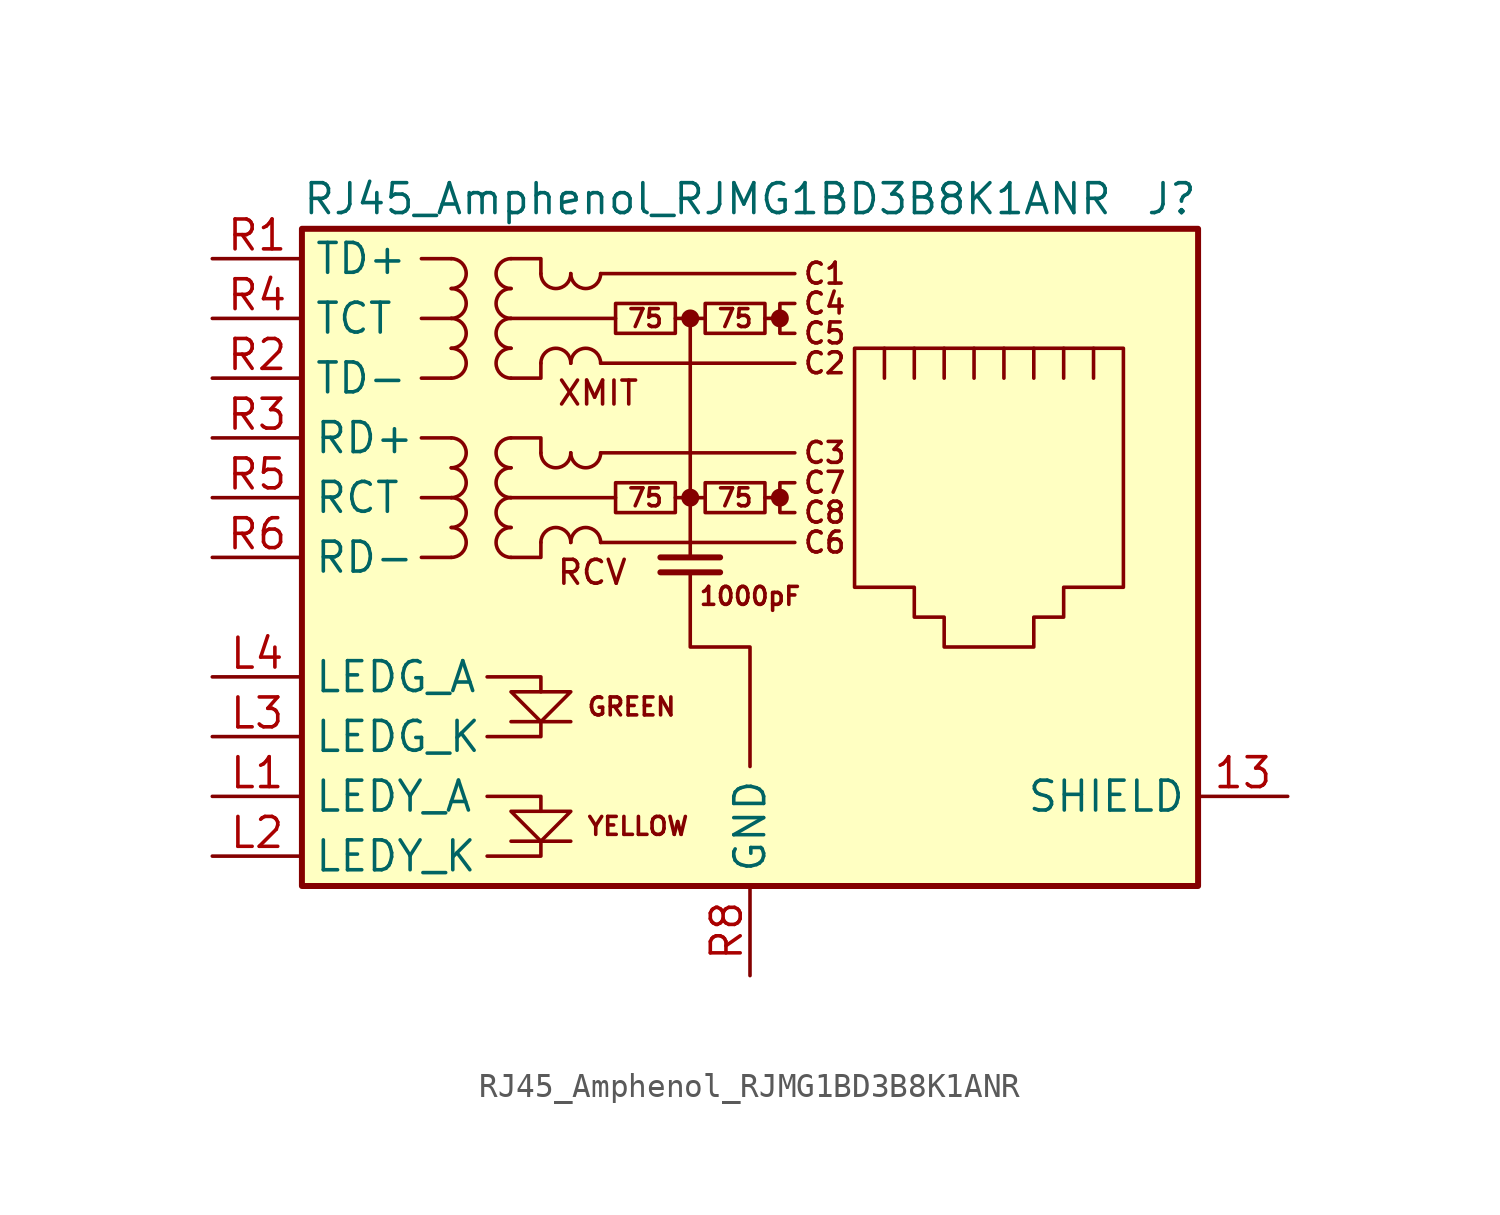
<source format=kicad_sym>
(kicad_symbol_lib
  (version 20211014)
  (generator kicad_symbol_editor)
  (symbol "RJ45_Amphenol_RJMG1BD3B8K1ANR"
    (property "Reference" "J"
      (at 19.05 15.24 0)
      (effects (font (size 1.27 1.27)) (justify right)))
    (property "Value" "RJ45_Amphenol_RJMG1BD3B8K1ANR"
      (at -19.05 15.24 0)
      (effects (font (size 1.27 1.27)) (justify left)))
    (symbol "RJ45_Amphenol_RJMG1BD3B8K1ANR_0_0"
      (circle (center -2.54 2.54) (radius 0.254) (stroke (width 0.254) (type default) (color 0 0 0 0)) (fill (type outline)))
      (circle (center -2.54 10.16) (radius 0.254) (stroke (width 0.254) (type default) (color 0 0 0 0)) (fill (type outline)))
      (polyline (pts (xy -7.62 -12.065) (xy -10.16 -12.065)) (stroke (width 0) (type default) (color 0 0 0 0)) (fill (type none)))
      (polyline (pts (xy -7.62 -6.985) (xy -10.16 -6.985)) (stroke (width 0) (type default) (color 0 0 0 0)) (fill (type none)))
      (polyline (pts (xy -2.54 10.16) (xy -2.54 0)) (stroke (width 0) (type default) (color 0 0 0 0)) (fill (type none)))
      (polyline (pts (xy -1.27 -0.635) (xy -3.81 -0.635)) (stroke (width 0.254) (type default) (color 0 0 0 0)) (fill (type none)))
      (polyline (pts (xy -1.27 0) (xy -3.81 0)) (stroke (width 0.254) (type default) (color 0 0 0 0)) (fill (type none)))
      (polyline (pts (xy 1.27 2.54) (xy 0.635 2.54)) (stroke (width 0) (type default) (color 0 0 0 0)) (fill (type none)))
      (polyline (pts (xy 1.27 10.16) (xy 0.635 10.16)) (stroke (width 0) (type default) (color 0 0 0 0)) (fill (type none)))
      (polyline (pts (xy -11.176 -12.7) (xy -8.89 -12.7) (xy -8.89 -12.065)) (stroke (width 0) (type default) (color 0 0 0 0)) (fill (type none)))
      (polyline (pts (xy -11.176 -10.16) (xy -8.89 -10.16) (xy -8.89 -10.795)) (stroke (width 0) (type default) (color 0 0 0 0)) (fill (type none)))
      (polyline (pts (xy -11.176 -5.08) (xy -8.89 -5.08) (xy -8.89 -5.715)) (stroke (width 0) (type default) (color 0 0 0 0)) (fill (type none)))
      (polyline (pts (xy -8.89 -6.985) (xy -8.89 -7.62) (xy -11.176 -7.62)) (stroke (width 0) (type default) (color 0 0 0 0)) (fill (type none)))
      (polyline (pts (xy -10.16 -5.715) (xy -7.62 -5.715) (xy -8.89 -6.985) (xy -10.16 -5.715)) (stroke (width 0) (type default) (color 0 0 0 0)) (fill (type none)))
      (polyline (pts (xy -7.62 -10.795) (xy -10.16 -10.795) (xy -8.89 -12.065) (xy -7.62 -10.795)) (stroke (width 0) (type default) (color 0 0 0 0)) (fill (type none)))
      (polyline (pts (xy -2.54 -0.635) (xy -2.54 -3.81) (xy 0 -3.81) (xy 0 -8.89)) (stroke (width 0) (type default) (color 0 0 0 0)) (fill (type none)))
      (polyline (pts (xy 1.905 3.175) (xy 1.27 3.175) (xy 1.27 1.905) (xy 1.905 1.905)) (stroke (width 0) (type default) (color 0 0 0 0)) (fill (type none)))
      (polyline (pts (xy 1.905 10.795) (xy 1.27 10.795) (xy 1.27 9.525) (xy 1.905 9.525)) (stroke (width 0) (type default) (color 0 0 0 0)) (fill (type none)))
      (circle (center 1.27 2.54) (radius 0.254) (stroke (width 0.254) (type default) (color 0 0 0 0)) (fill (type outline)))
      (circle (center 1.27 10.16) (radius 0.254) (stroke (width 0.254) (type default) (color 0 0 0 0)) (fill (type outline)))
      (text "1000pF" (at 0 -1.651 0) (effects (font (size 0.762 0.762))))
      (text "75" (at -4.445 2.54 0) (effects (font (size 0.762 0.762))))
      (text "75" (at -4.445 10.16 0) (effects (font (size 0.762 0.762))))
      (text "75" (at -0.635 2.54 0) (effects (font (size 0.762 0.762))))
      (text "75" (at -0.635 10.16 0) (effects (font (size 0.762 0.762))))
      (text "C1" (at 3.175 12.065 0) (effects (font (size 0.889 0.889))))
      (text "C2" (at 3.175 8.255 0) (effects (font (size 0.889 0.889))))
      (text "C3" (at 3.175 4.445 0) (effects (font (size 0.889 0.889))))
      (text "C4" (at 3.175 10.795 0) (effects (font (size 0.889 0.889))))
      (text "C5" (at 3.175 9.525 0) (effects (font (size 0.889 0.889))))
      (text "C6" (at 3.175 0.635 0) (effects (font (size 0.889 0.889))))
      (text "C7" (at 3.175 3.175 0) (effects (font (size 0.889 0.889))))
      (text "C8" (at 3.175 1.905 0) (effects (font (size 0.889 0.889))))
      (text "GREEN" (at -6.985 -6.35 0) (effects (font (size 0.762 0.762)) (justify left)))
      (text "RCV" (at -8.255 -0.635 0) (effects (font (size 1.016 1.016)) (justify left)))
      (text "XMIT" (at -8.255 6.985 0) (effects (font (size 1.016 1.016)) (justify left)))
      (text "YELLOW" (at -6.985 -11.43 0) (effects (font (size 0.762 0.762)) (justify left))))
    (symbol "RJ45_Amphenol_RJMG1BD3B8K1ANR_0_1"
      (rectangle (start -19.05 -13.97) (end 19.05 13.97) (stroke (width 0.254) (type default) (color 0 0 0 0)) (fill (type background)))
      (arc (start -12.7 0) (mid -12.065 0.635) (end -12.7 1.27) (stroke (width 0) (type default) (color 0 0 0 0)) (fill (type none)))
      (arc (start -12.7 1.27) (mid -12.065 1.905) (end -12.7 2.54) (stroke (width 0) (type default) (color 0 0 0 0)) (fill (type none)))
      (arc (start -12.7 2.54) (mid -12.065 3.175) (end -12.7 3.81) (stroke (width 0) (type default) (color 0 0 0 0)) (fill (type none)))
      (arc (start -12.7 3.81) (mid -12.065 4.445) (end -12.7 5.08) (stroke (width 0) (type default) (color 0 0 0 0)) (fill (type none)))
      (arc (start -12.7 7.62) (mid -12.065 8.255) (end -12.7 8.89) (stroke (width 0) (type default) (color 0 0 0 0)) (fill (type none)))
      (arc (start -12.7 8.89) (mid -12.065 9.525) (end -12.7 10.16) (stroke (width 0) (type default) (color 0 0 0 0)) (fill (type none)))
      (arc (start -12.7 10.16) (mid -12.065 10.795) (end -12.7 11.43) (stroke (width 0) (type default) (color 0 0 0 0)) (fill (type none)))
      (arc (start -12.7 11.43) (mid -12.065 12.065) (end -12.7 12.7) (stroke (width 0) (type default) (color 0 0 0 0)) (fill (type none)))
      (arc (start -10.16 1.27) (mid -10.795 0.635) (end -10.16 0) (stroke (width 0) (type default) (color 0 0 0 0)) (fill (type none)))
      (arc (start -10.16 2.54) (mid -10.795 1.905) (end -10.16 1.27) (stroke (width 0) (type default) (color 0 0 0 0)) (fill (type none)))
      (arc (start -10.16 3.81) (mid -10.795 3.175) (end -10.16 2.54) (stroke (width 0) (type default) (color 0 0 0 0)) (fill (type none)))
      (arc (start -10.16 5.08) (mid -10.795 4.445) (end -10.16 3.81) (stroke (width 0) (type default) (color 0 0 0 0)) (fill (type none)))
      (arc (start -10.16 8.89) (mid -10.795 8.255) (end -10.16 7.62) (stroke (width 0) (type default) (color 0 0 0 0)) (fill (type none)))
      (arc (start -10.16 10.16) (mid -10.795 9.525) (end -10.16 8.89) (stroke (width 0) (type default) (color 0 0 0 0)) (fill (type none)))
      (arc (start -10.16 11.43) (mid -10.795 10.795) (end -10.16 10.16) (stroke (width 0) (type default) (color 0 0 0 0)) (fill (type none)))
      (arc (start -10.16 12.7) (mid -10.795 12.065) (end -10.16 11.43) (stroke (width 0) (type default) (color 0 0 0 0)) (fill (type none)))
      (arc (start -8.89 4.445) (mid -8.255 3.81) (end -7.62 4.445) (stroke (width 0) (type default) (color 0 0 0 0)) (fill (type none)))
      (arc (start -8.89 12.065) (mid -8.255 11.43) (end -7.62 12.065) (stroke (width 0) (type default) (color 0 0 0 0)) (fill (type none)))
      (arc (start -7.62 0.635) (mid -8.255 1.27) (end -8.89 0.635) (stroke (width 0) (type default) (color 0 0 0 0)) (fill (type none)))
      (arc (start -7.62 4.445) (mid -6.985 3.81) (end -6.35 4.445) (stroke (width 0) (type default) (color 0 0 0 0)) (fill (type none)))
      (arc (start -7.62 8.255) (mid -8.255 8.89) (end -8.89 8.255) (stroke (width 0) (type default) (color 0 0 0 0)) (fill (type none)))
      (arc (start -7.62 12.065) (mid -6.985 11.43) (end -6.35 12.065) (stroke (width 0) (type default) (color 0 0 0 0)) (fill (type none)))
      (arc (start -6.35 0.635) (mid -6.985 1.27) (end -7.62 0.635) (stroke (width 0) (type default) (color 0 0 0 0)) (fill (type none)))
      (arc (start -6.35 8.255) (mid -6.985 8.89) (end -7.62 8.255) (stroke (width 0) (type default) (color 0 0 0 0)) (fill (type none)))
      (rectangle (start -5.715 3.175) (end -3.175 1.905) (stroke (width 0) (type default) (color 0 0 0 0)) (fill (type none)))
      (rectangle (start -5.715 10.795) (end -3.175 9.525) (stroke (width 0) (type default) (color 0 0 0 0)) (fill (type none)))
      (rectangle (start -1.905 3.175) (end 0.635 1.905) (stroke (width 0) (type default) (color 0 0 0 0)) (fill (type none)))
      (rectangle (start -1.905 10.795) (end 0.635 9.525) (stroke (width 0) (type default) (color 0 0 0 0)) (fill (type none)))
      (polyline (pts (xy -12.7 0) (xy -13.97 0)) (stroke (width 0) (type default) (color 0 0 0 0)) (fill (type none)))
      (polyline (pts (xy -12.7 2.54) (xy -13.97 2.54)) (stroke (width 0) (type default) (color 0 0 0 0)) (fill (type none)))
      (polyline (pts (xy -12.7 5.08) (xy -13.97 5.08)) (stroke (width 0) (type default) (color 0 0 0 0)) (fill (type none)))
      (polyline (pts (xy -12.7 7.62) (xy -13.97 7.62)) (stroke (width 0) (type default) (color 0 0 0 0)) (fill (type none)))
      (polyline (pts (xy -12.7 10.16) (xy -13.97 10.16)) (stroke (width 0) (type default) (color 0 0 0 0)) (fill (type none)))
      (polyline (pts (xy -12.7 12.7) (xy -13.97 12.7)) (stroke (width 0) (type default) (color 0 0 0 0)) (fill (type none)))
      (polyline (pts (xy -6.35 0.635) (xy 1.905 0.635)) (stroke (width 0) (type default) (color 0 0 0 0)) (fill (type none)))
      (polyline (pts (xy -6.35 4.445) (xy 1.905 4.445)) (stroke (width 0) (type default) (color 0 0 0 0)) (fill (type none)))
      (polyline (pts (xy -6.35 8.255) (xy 1.905 8.255)) (stroke (width 0) (type default) (color 0 0 0 0)) (fill (type none)))
      (polyline (pts (xy -6.35 12.065) (xy 1.905 12.065)) (stroke (width 0) (type default) (color 0 0 0 0)) (fill (type none)))
      (polyline (pts (xy -5.715 2.54) (xy -10.16 2.54)) (stroke (width 0) (type default) (color 0 0 0 0)) (fill (type none)))
      (polyline (pts (xy -5.715 10.16) (xy -10.16 10.16)) (stroke (width 0) (type default) (color 0 0 0 0)) (fill (type none)))
      (polyline (pts (xy -3.175 2.54) (xy -1.905 2.54)) (stroke (width 0) (type default) (color 0 0 0 0)) (fill (type none)))
      (polyline (pts (xy -3.175 10.16) (xy -1.905 10.16)) (stroke (width 0) (type default) (color 0 0 0 0)) (fill (type none)))
      (polyline (pts (xy 5.715 7.62) (xy 5.715 8.89)) (stroke (width 0) (type default) (color 0 0 0 0)) (fill (type none)))
      (polyline (pts (xy 6.985 8.89) (xy 6.985 7.62)) (stroke (width 0) (type default) (color 0 0 0 0)) (fill (type none)))
      (polyline (pts (xy 8.255 8.89) (xy 8.255 7.62)) (stroke (width 0) (type default) (color 0 0 0 0)) (fill (type none)))
      (polyline (pts (xy 9.525 8.89) (xy 9.525 7.62)) (stroke (width 0) (type default) (color 0 0 0 0)) (fill (type none)))
      (polyline (pts (xy 10.795 8.89) (xy 10.795 7.62)) (stroke (width 0) (type default) (color 0 0 0 0)) (fill (type none)))
      (polyline (pts (xy 12.065 8.89) (xy 12.065 7.62)) (stroke (width 0) (type default) (color 0 0 0 0)) (fill (type none)))
      (polyline (pts (xy 13.335 7.62) (xy 13.335 8.89)) (stroke (width 0) (type default) (color 0 0 0 0)) (fill (type none)))
      (polyline (pts (xy 14.605 7.62) (xy 14.605 8.89)) (stroke (width 0) (type default) (color 0 0 0 0)) (fill (type none)))
      (polyline (pts (xy -10.16 5.08) (xy -8.89 5.08) (xy -8.89 4.445)) (stroke (width 0) (type default) (color 0 0 0 0)) (fill (type none)))
      (polyline (pts (xy -10.16 12.7) (xy -8.89 12.7) (xy -8.89 12.065)) (stroke (width 0) (type default) (color 0 0 0 0)) (fill (type none)))
      (polyline (pts (xy -8.89 0.635) (xy -8.89 0) (xy -10.16 0)) (stroke (width 0) (type default) (color 0 0 0 0)) (fill (type none)))
      (polyline (pts (xy -8.89 8.255) (xy -8.89 7.62) (xy -10.16 7.62)) (stroke (width 0) (type default) (color 0 0 0 0)) (fill (type none)))
      (polyline (pts (xy 4.445 8.89) (xy 15.875 8.89) (xy 15.875 -1.27) (xy 13.335 -1.27) (xy 13.335 -2.54) (xy 12.065 -2.54) (xy 12.065 -3.81) (xy 8.255 -3.81) (xy 8.255 -2.54) (xy 6.985 -2.54) (xy 6.985 -1.27) (xy 4.445 -1.27) (xy 4.445 8.89)) (stroke (width 0) (type default) (color 0 0 0 0)) (fill (type none))))
    (symbol "RJ45_Amphenol_RJMG1BD3B8K1ANR_1_1"
      (pin passive line (at 22.86 -10.16 180) (length 3.81) (name "SHIELD" (effects (font (size 1.27 1.27)))) (number "13" (effects (font (size 1.27 1.27)))))
      (pin passive line (at -22.86 -10.16 0) (length 3.81) (name "LEDY_A" (effects (font (size 1.27 1.27)))) (number "L1" (effects (font (size 1.27 1.27)))))
      (pin passive line (at -22.86 -12.7 0) (length 3.81) (name "LEDY_K" (effects (font (size 1.27 1.27)))) (number "L2" (effects (font (size 1.27 1.27)))))
      (pin passive line (at -22.86 -7.62 0) (length 3.81) (name "LEDG_K" (effects (font (size 1.27 1.27)))) (number "L3" (effects (font (size 1.27 1.27)))))
      (pin passive line (at -22.86 -5.08 0) (length 3.81) (name "LEDG_A" (effects (font (size 1.27 1.27)))) (number "L4" (effects (font (size 1.27 1.27)))))
      (pin passive line (at -22.86 12.7 0) (length 3.81) (name "TD+" (effects (font (size 1.27 1.27)))) (number "R1" (effects (font (size 1.27 1.27)))))
      (pin passive line (at -22.86 7.62 0) (length 3.81) (name "TD-" (effects (font (size 1.27 1.27)))) (number "R2" (effects (font (size 1.27 1.27)))))
      (pin passive line (at -22.86 5.08 0) (length 3.81) (name "RD+" (effects (font (size 1.27 1.27)))) (number "R3" (effects (font (size 1.27 1.27)))))
      (pin passive line (at -22.86 10.16 0) (length 3.81) (name "TCT" (effects (font (size 1.27 1.27)))) (number "R4" (effects (font (size 1.27 1.27)))))
      (pin passive line (at -22.86 2.54 0) (length 3.81) (name "RCT" (effects (font (size 1.27 1.27)))) (number "R5" (effects (font (size 1.27 1.27)))))
      (pin passive line (at -22.86 0 0) (length 3.81) (name "RD-" (effects (font (size 1.27 1.27)))) (number "R6" (effects (font (size 1.27 1.27)))))
      (pin no_connect line (at 5.08 -5.08 0) (length 0) hide (name "NC" (effects (font (size 1.27 1.27)))) (number "R7" (effects (font (size 1.27 1.27)))))
      (pin power_in line (at 0 -17.78 90) (length 3.81) (name "GND" (effects (font (size 1.27 1.27)))) (number "R8" (effects (font (size 1.27 1.27))))))))
</source>
